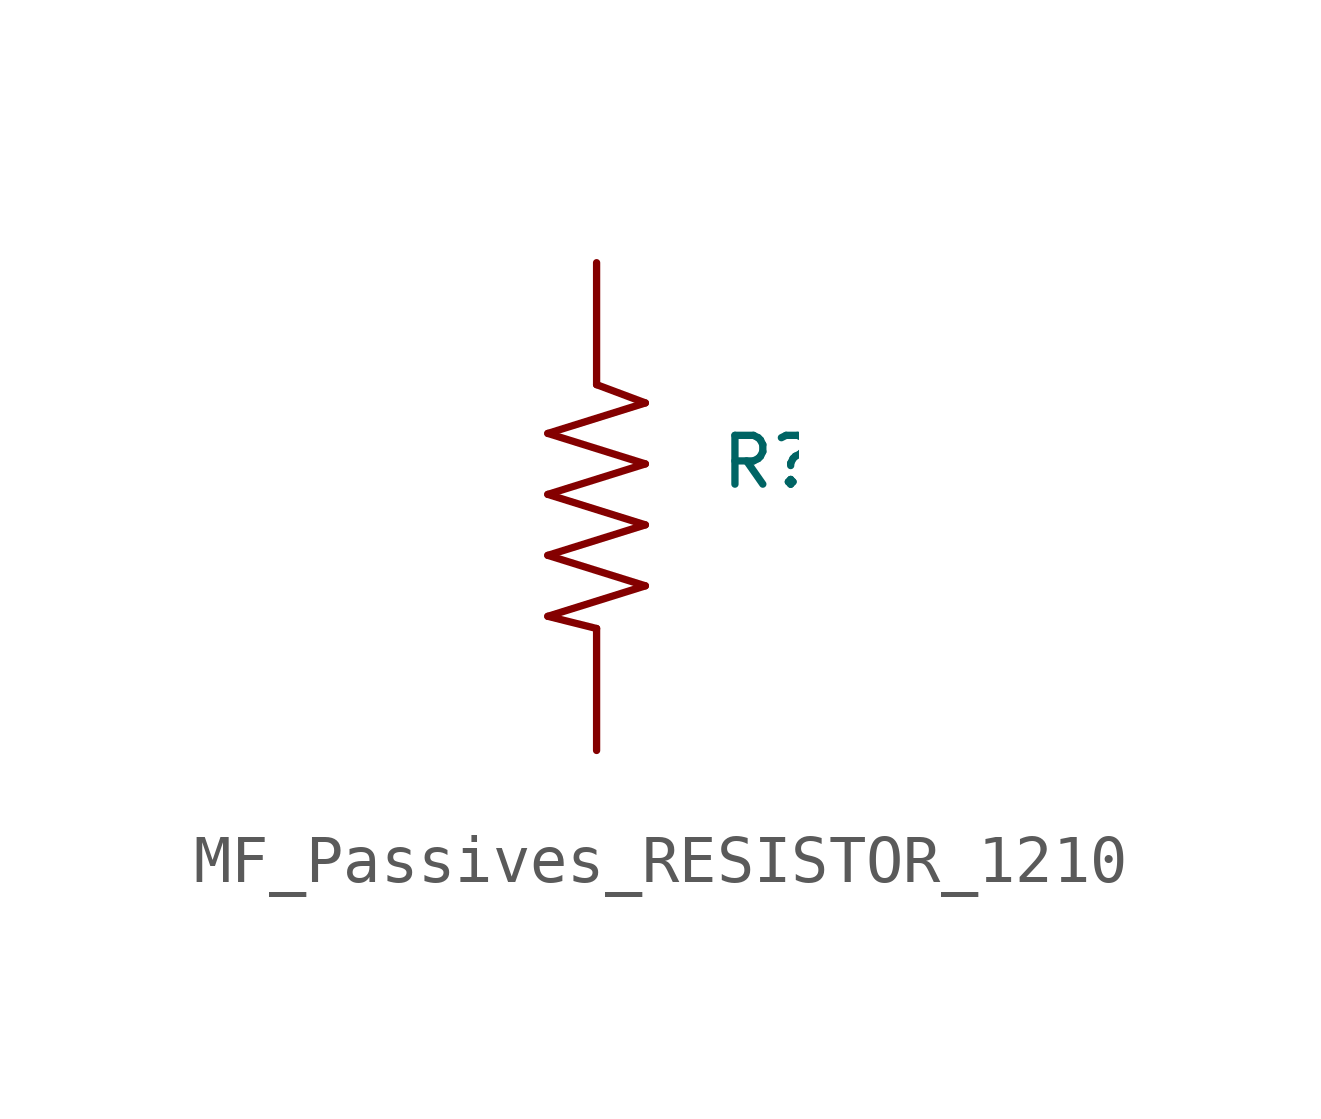
<source format=kicad_sym>
(kicad_symbol_lib
  (version 20220914)
  (generator kicad_symbol_editor)
  (symbol "MF_Passives_RESISTOR_1210"
    (property "Reference" "R"
      (at 2.54 1.524 0)
      (effects (font (size 1.016 1.016)) (justify left top)))
    (property "Value" ""
      (at 2.54 -1.524 0)
      (effects (font (size 1.016 1.016)) (justify left bottom)))
    (property "ki_locked" ""
      (at 0 0 0)
      (effects (font (size 1.27 1.27))))
    (symbol "MF_Passives_RESISTOR_1210_1_0"
      (polyline (pts (xy -1.016 -2.286) (xy 0 -2.54)) (stroke (width 0.152) (type solid)) (fill (type none)))
      (polyline (pts (xy -1.016 -1.016) (xy 1.016 -1.651)) (stroke (width 0.152) (type solid)) (fill (type none)))
      (polyline (pts (xy -1.016 0.254) (xy 1.016 -0.381)) (stroke (width 0.152) (type solid)) (fill (type none)))
      (polyline (pts (xy -1.016 1.524) (xy 1.016 0.889)) (stroke (width 0.152) (type solid)) (fill (type none)))
      (polyline (pts (xy 0 2.54) (xy 1.016 2.159)) (stroke (width 0.152) (type solid)) (fill (type none)))
      (polyline (pts (xy 1.016 -1.651) (xy -1.016 -2.286)) (stroke (width 0.152) (type solid)) (fill (type none)))
      (polyline (pts (xy 1.016 -0.381) (xy -1.016 -1.016)) (stroke (width 0.152) (type solid)) (fill (type none)))
      (polyline (pts (xy 1.016 0.889) (xy -1.016 0.254)) (stroke (width 0.152) (type solid)) (fill (type none)))
      (polyline (pts (xy 1.016 2.159) (xy -1.016 1.524)) (stroke (width 0.152) (type solid)) (fill (type none)))
      (pin passive line (at 0 5.08 270) (length 2.54) (name "P$1" (effects (font (size 0 0)))) (number "P$1" (effects (font (size 0 0)))))
      (pin passive line (at 0 -5.08 90) (length 2.54) (name "P$2" (effects (font (size 0 0)))) (number "P$2" (effects (font (size 0 0))))))))
</source>
